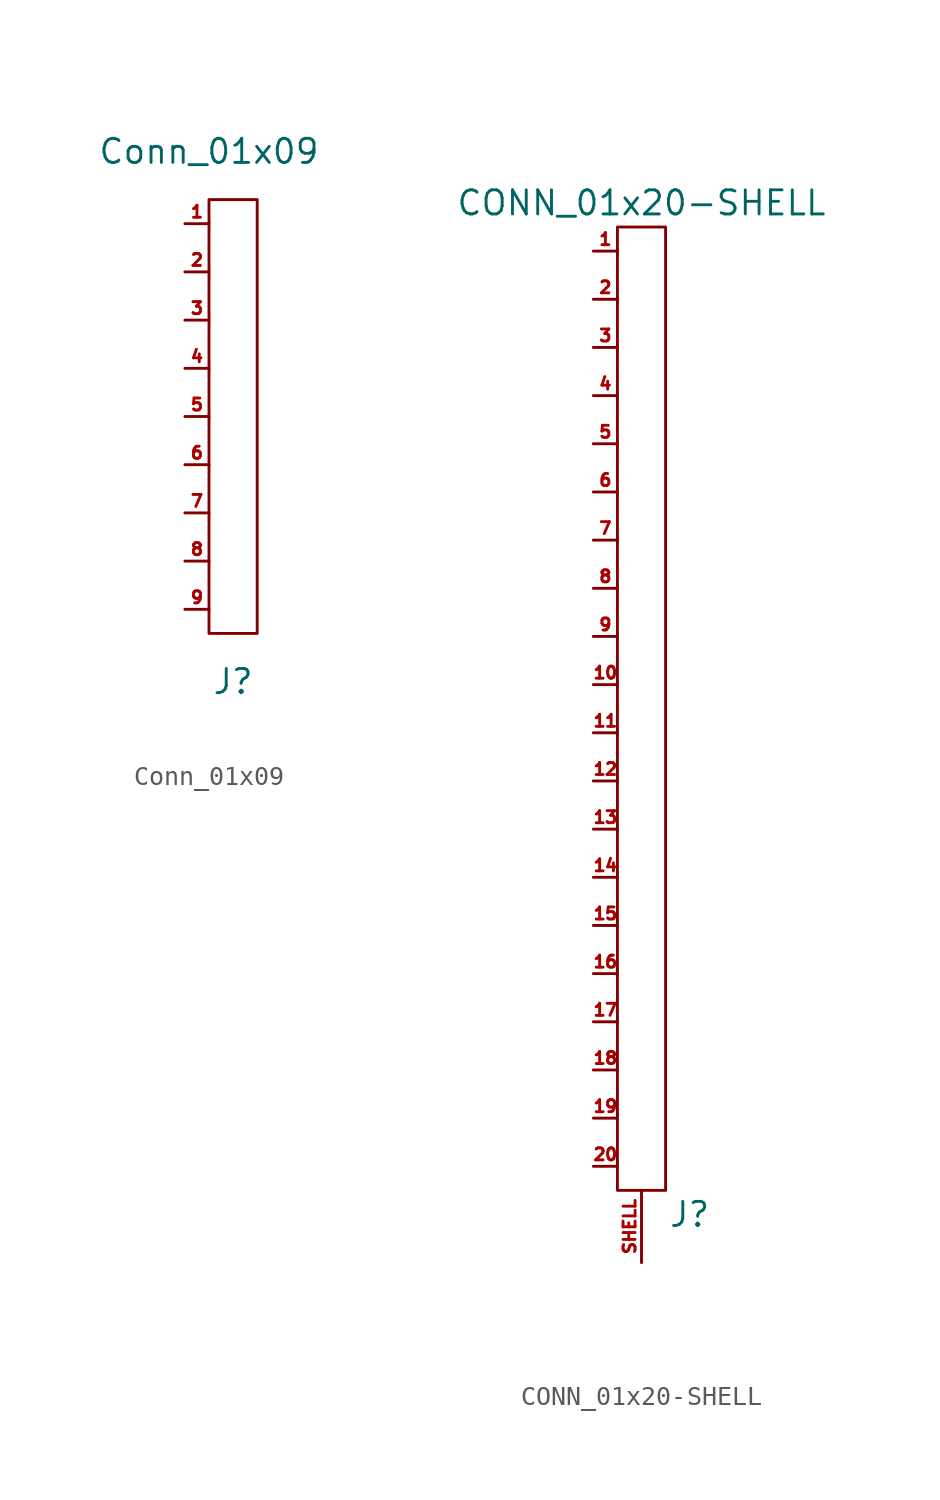
<source format=kicad_sym>
(kicad_symbol_lib
  (version 20211014)
  (generator kicad_symbol_editor)
  (symbol "Conn_01x09"
    (property "Reference" "J"
      (at 1.27 -26.67 0)
      (effects (font (size 1.27 1.27))))
    (property "Value" "Conn_01x09"
      (at 0 1.27 0)
      (effects (font (size 1.27 1.27))))
    (symbol "Conn_01x09_0_0"
      (pin passive line (at -1.27 -2.54 0) (length 1.27) (name "" (effects (font (size 0.635 0.635)))) (number "1" (effects (font (size 0.635 0.635)))))
      (pin passive line (at -1.27 -5.08 0) (length 1.27) (name "" (effects (font (size 0.635 0.635)))) (number "2" (effects (font (size 0.635 0.635)))))
      (pin passive line (at -1.27 -7.62 0) (length 1.27) (name "" (effects (font (size 0.635 0.635)))) (number "3" (effects (font (size 0.635 0.635)))))
      (pin passive line (at -1.27 -10.16 0) (length 1.27) (name "" (effects (font (size 0.635 0.635)))) (number "4" (effects (font (size 0.635 0.635)))))
      (pin passive line (at -1.27 -12.7 0) (length 1.27) (name "" (effects (font (size 0.635 0.635)))) (number "5" (effects (font (size 0.635 0.635)))))
      (pin passive line (at -1.27 -15.24 0) (length 1.27) (name "" (effects (font (size 0.635 0.635)))) (number "6" (effects (font (size 0.635 0.635)))))
      (pin passive line (at -1.27 -17.78 0) (length 1.27) (name "" (effects (font (size 0.635 0.635)))) (number "7" (effects (font (size 0.635 0.635)))))
      (pin passive line (at -1.27 -20.32 0) (length 1.27) (name "" (effects (font (size 0.635 0.635)))) (number "8" (effects (font (size 0.635 0.635)))))
      (pin passive line (at -1.27 -22.86 0) (length 1.27) (name "" (effects (font (size 0.635 0.635)))) (number "9" (effects (font (size 0.635 0.635))))))
    (symbol "Conn_01x09_0_1"
      (rectangle (start 0 -1.27) (end 2.54 -24.13) (stroke (width 0.152) (type default) (color 0 0 0 0)) (fill (type none)))))
  (symbol "CONN_01x20-SHELL"
    (property "Reference" "J"
      (at 2.54 -25.4 0)
      (effects (font (size 1.27 1.27))))
    (property "Value" "CONN_01x20-SHELL"
      (at 0 27.94 0)
      (effects (font (size 1.27 1.27))))
    (symbol "CONN_01x20-SHELL_0_0"
      (pin passive line (at -2.54 25.4 0) (length 1.27) (name "" (effects (font (size 0.635 0.635)))) (number "1" (effects (font (size 0.635 0.635)))))
      (pin passive line (at -2.54 2.54 0) (length 1.27) (name "" (effects (font (size 0.635 0.635)))) (number "10" (effects (font (size 0.635 0.635)))))
      (pin passive line (at -2.54 0 0) (length 1.27) (name "" (effects (font (size 0.635 0.635)))) (number "11" (effects (font (size 0.635 0.635)))))
      (pin passive line (at -2.54 -2.54 0) (length 1.27) (name "" (effects (font (size 0.635 0.635)))) (number "12" (effects (font (size 0.635 0.635)))))
      (pin passive line (at -2.54 -5.08 0) (length 1.27) (name "" (effects (font (size 0.635 0.635)))) (number "13" (effects (font (size 0.635 0.635)))))
      (pin passive line (at -2.54 -7.62 0) (length 1.27) (name "" (effects (font (size 0.635 0.635)))) (number "14" (effects (font (size 0.635 0.635)))))
      (pin passive line (at -2.54 -10.16 0) (length 1.27) (name "" (effects (font (size 0.635 0.635)))) (number "15" (effects (font (size 0.635 0.635)))))
      (pin passive line (at -2.54 -12.7 0) (length 1.27) (name "" (effects (font (size 0.635 0.635)))) (number "16" (effects (font (size 0.635 0.635)))))
      (pin passive line (at -2.54 -15.24 0) (length 1.27) (name "" (effects (font (size 0.635 0.635)))) (number "17" (effects (font (size 0.635 0.635)))))
      (pin passive line (at -2.54 -17.78 0) (length 1.27) (name "" (effects (font (size 0.635 0.635)))) (number "18" (effects (font (size 0.635 0.635)))))
      (pin passive line (at -2.54 -20.32 0) (length 1.27) (name "" (effects (font (size 0.635 0.635)))) (number "19" (effects (font (size 0.635 0.635)))))
      (pin passive line (at -2.54 22.86 0) (length 1.27) (name "" (effects (font (size 0.635 0.635)))) (number "2" (effects (font (size 0.635 0.635)))))
      (pin passive line (at -2.54 -22.86 0) (length 1.27) (name "" (effects (font (size 0.635 0.635)))) (number "20" (effects (font (size 0.635 0.635)))))
      (pin passive line (at -2.54 20.32 0) (length 1.27) (name "" (effects (font (size 0.635 0.635)))) (number "3" (effects (font (size 0.635 0.635)))))
      (pin passive line (at -2.54 17.78 0) (length 1.27) (name "" (effects (font (size 0.635 0.635)))) (number "4" (effects (font (size 0.635 0.635)))))
      (pin passive line (at -2.54 15.24 0) (length 1.27) (name "" (effects (font (size 0.635 0.635)))) (number "5" (effects (font (size 0.635 0.635)))))
      (pin passive line (at -2.54 12.7 0) (length 1.27) (name "" (effects (font (size 0.635 0.635)))) (number "6" (effects (font (size 0.635 0.635)))))
      (pin passive line (at -2.54 10.16 0) (length 1.27) (name "" (effects (font (size 0.635 0.635)))) (number "7" (effects (font (size 0.635 0.635)))))
      (pin passive line (at -2.54 7.62 0) (length 1.27) (name "" (effects (font (size 0.635 0.635)))) (number "8" (effects (font (size 0.635 0.635)))))
      (pin passive line (at -2.54 5.08 0) (length 1.27) (name "" (effects (font (size 0.635 0.635)))) (number "9" (effects (font (size 0.635 0.635)))))
      (pin passive line (at 0 -27.94 90) (length 3.81) (name "" (effects (font (size 0.635 0.635)))) (number "SHELL" (effects (font (size 0.635 0.635))))))
    (symbol "CONN_01x20-SHELL_0_1"
      (rectangle (start -1.27 26.67) (end 1.27 -24.13) (stroke (width 0.152) (type default) (color 0 0 0 0)) (fill (type none))))))
</source>
